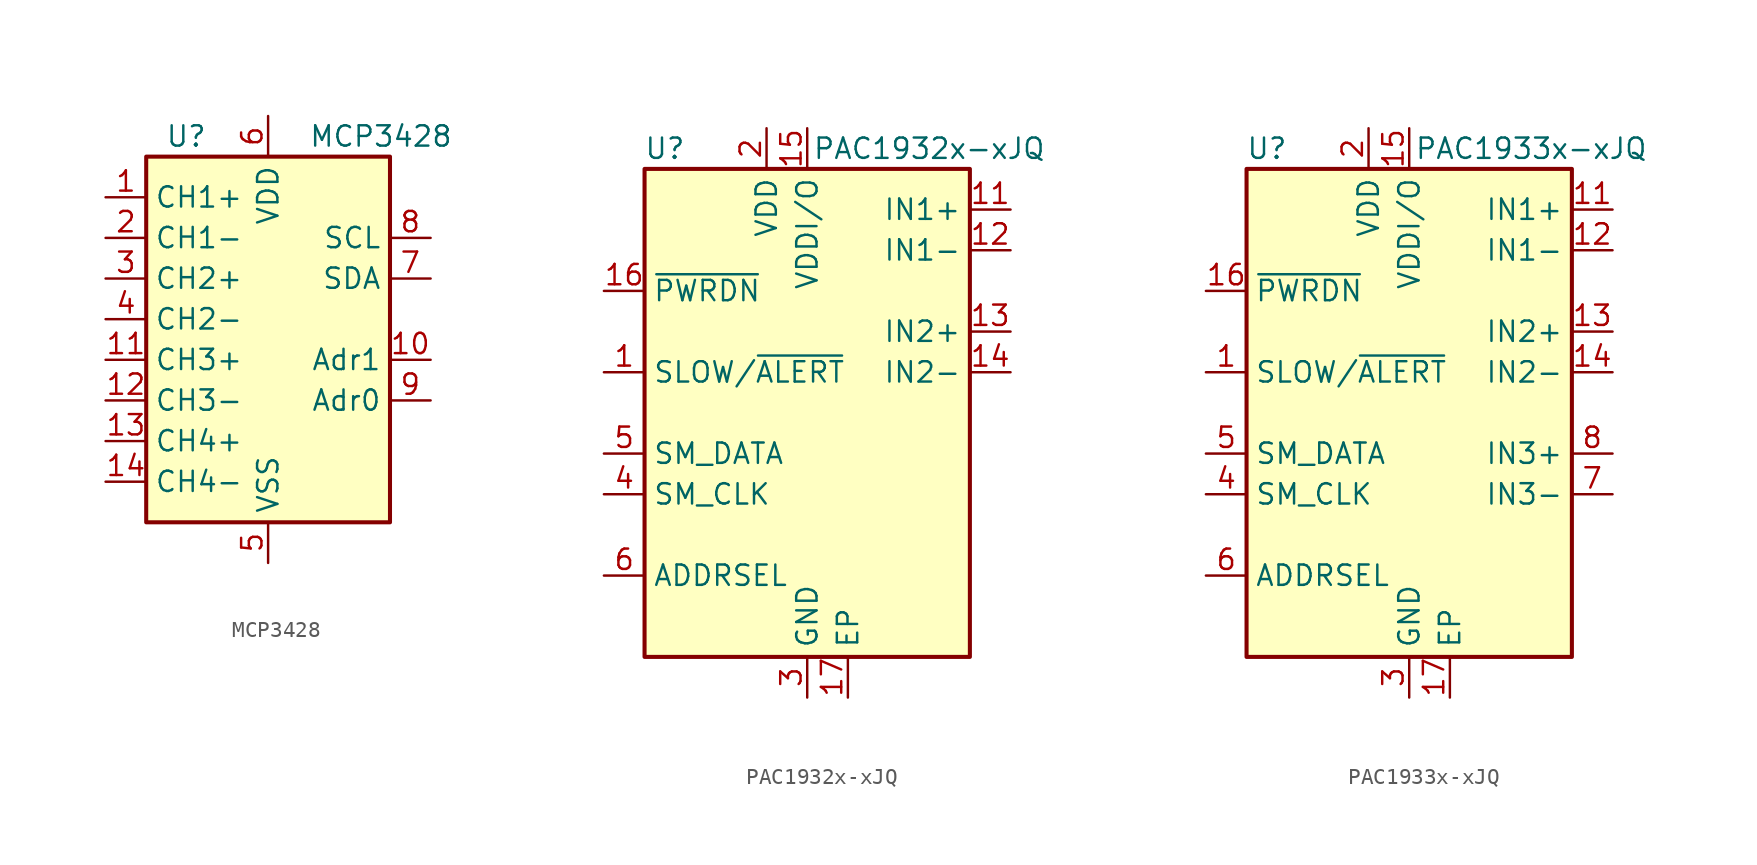
<source format=kicad_sym>
(kicad_symbol_lib
  (version 20211014)
  (generator kicad_symbol_editor)
  (symbol "MCP3428"
    (property "Reference" "U"
      (at -3.81 11.43 0)
      (effects (font (size 1.27 1.27)) (justify right)))
    (property "Value" "MCP3428"
      (at 2.54 11.43 0)
      (effects (font (size 1.27 1.27)) (justify left)))
    (symbol "MCP3428_0_1"
      (rectangle (start -7.62 10.16) (end 7.62 -12.7) (stroke (width 0.254) (type default) (color 0 0 0 0)) (fill (type background))))
    (symbol "MCP3428_1_1"
      (pin input line (at -10.16 7.62 0) (length 2.54) (name "CH1+" (effects (font (size 1.27 1.27)))) (number "1" (effects (font (size 1.27 1.27)))))
      (pin input line (at 10.16 -2.54 180) (length 2.54) (name "Adr1" (effects (font (size 1.27 1.27)))) (number "10" (effects (font (size 1.27 1.27)))))
      (pin input line (at -10.16 -2.54 0) (length 2.54) (name "CH3+" (effects (font (size 1.27 1.27)))) (number "11" (effects (font (size 1.27 1.27)))))
      (pin input line (at -10.16 -5.08 0) (length 2.54) (name "CH3-" (effects (font (size 1.27 1.27)))) (number "12" (effects (font (size 1.27 1.27)))))
      (pin input line (at -10.16 -7.62 0) (length 2.54) (name "CH4+" (effects (font (size 1.27 1.27)))) (number "13" (effects (font (size 1.27 1.27)))))
      (pin input line (at -10.16 -10.16 0) (length 2.54) (name "CH4-" (effects (font (size 1.27 1.27)))) (number "14" (effects (font (size 1.27 1.27)))))
      (pin input line (at -10.16 5.08 0) (length 2.54) (name "CH1-" (effects (font (size 1.27 1.27)))) (number "2" (effects (font (size 1.27 1.27)))))
      (pin input line (at -10.16 2.54 0) (length 2.54) (name "CH2+" (effects (font (size 1.27 1.27)))) (number "3" (effects (font (size 1.27 1.27)))))
      (pin input line (at -10.16 0 0) (length 2.54) (name "CH2-" (effects (font (size 1.27 1.27)))) (number "4" (effects (font (size 1.27 1.27)))))
      (pin power_in line (at 0 -15.24 90) (length 2.54) (name "VSS" (effects (font (size 1.27 1.27)))) (number "5" (effects (font (size 1.27 1.27)))))
      (pin power_in line (at 0 12.7 270) (length 2.54) (name "VDD" (effects (font (size 1.27 1.27)))) (number "6" (effects (font (size 1.27 1.27)))))
      (pin bidirectional line (at 10.16 2.54 180) (length 2.54) (name "SDA" (effects (font (size 1.27 1.27)))) (number "7" (effects (font (size 1.27 1.27)))))
      (pin input line (at 10.16 5.08 180) (length 2.54) (name "SCL" (effects (font (size 1.27 1.27)))) (number "8" (effects (font (size 1.27 1.27)))))
      (pin input line (at 10.16 -5.08 180) (length 2.54) (name "Adr0" (effects (font (size 1.27 1.27)))) (number "9" (effects (font (size 1.27 1.27)))))))
  (symbol "PAC1932x-xJQ"
    (property "Reference" "U"
      (at -8.89 16.51 0)
      (effects (font (size 1.27 1.27))))
    (property "Value" "PAC1932x-xJQ"
      (at 7.62 16.51 0)
      (effects (font (size 1.27 1.27))))
    (symbol "PAC1932x-xJQ_0_1"
      (rectangle (start -10.16 15.24) (end 10.16 -15.24) (stroke (width 0.254) (type default) (color 0 0 0 0)) (fill (type background))))
    (symbol "PAC1932x-xJQ_1_1"
      (pin open_collector line (at -12.7 2.54 0) (length 2.54) (name "SLOW/~{ALERT}" (effects (font (size 1.27 1.27)))) (number "1" (effects (font (size 1.27 1.27)))))
      (pin passive line (at 0 -17.78 90) (length 2.54) hide (name "GND" (effects (font (size 1.27 1.27)))) (number "10" (effects (font (size 1.27 1.27)))))
      (pin input line (at 12.7 12.7 180) (length 2.54) (name "IN1+" (effects (font (size 1.27 1.27)))) (number "11" (effects (font (size 1.27 1.27)))))
      (pin input line (at 12.7 10.16 180) (length 2.54) (name "IN1-" (effects (font (size 1.27 1.27)))) (number "12" (effects (font (size 1.27 1.27)))))
      (pin input line (at 12.7 5.08 180) (length 2.54) (name "IN2+" (effects (font (size 1.27 1.27)))) (number "13" (effects (font (size 1.27 1.27)))))
      (pin input line (at 12.7 2.54 180) (length 2.54) (name "IN2-" (effects (font (size 1.27 1.27)))) (number "14" (effects (font (size 1.27 1.27)))))
      (pin power_in line (at 0 17.78 270) (length 2.54) (name "VDDI/O" (effects (font (size 1.27 1.27)))) (number "15" (effects (font (size 1.27 1.27)))))
      (pin input line (at -12.7 7.62 0) (length 2.54) (name "~{PWRDN}" (effects (font (size 1.27 1.27)))) (number "16" (effects (font (size 1.27 1.27)))))
      (pin power_in line (at 2.54 -17.78 90) (length 2.54) (name "EP" (effects (font (size 1.27 1.27)))) (number "17" (effects (font (size 1.27 1.27)))))
      (pin power_in line (at -2.54 17.78 270) (length 2.54) (name "VDD" (effects (font (size 1.27 1.27)))) (number "2" (effects (font (size 1.27 1.27)))))
      (pin power_in line (at 0 -17.78 90) (length 2.54) (name "GND" (effects (font (size 1.27 1.27)))) (number "3" (effects (font (size 1.27 1.27)))))
      (pin input line (at -12.7 -5.08 0) (length 2.54) (name "SM_CLK" (effects (font (size 1.27 1.27)))) (number "4" (effects (font (size 1.27 1.27)))))
      (pin bidirectional line (at -12.7 -2.54 0) (length 2.54) (name "SM_DATA" (effects (font (size 1.27 1.27)))) (number "5" (effects (font (size 1.27 1.27)))))
      (pin passive line (at -12.7 -10.16 0) (length 2.54) (name "ADDRSEL" (effects (font (size 1.27 1.27)))) (number "6" (effects (font (size 1.27 1.27)))))
      (pin passive line (at 0 -17.78 90) (length 2.54) hide (name "GND" (effects (font (size 1.27 1.27)))) (number "7" (effects (font (size 1.27 1.27)))))
      (pin passive line (at 0 -17.78 90) (length 2.54) hide (name "GND" (effects (font (size 1.27 1.27)))) (number "8" (effects (font (size 1.27 1.27)))))
      (pin passive line (at 0 -17.78 90) (length 2.54) hide (name "GND" (effects (font (size 1.27 1.27)))) (number "9" (effects (font (size 1.27 1.27)))))))
  (symbol "PAC1933x-xJQ"
    (property "Reference" "U"
      (at -8.89 16.51 0)
      (effects (font (size 1.27 1.27))))
    (property "Value" "PAC1933x-xJQ"
      (at 7.62 16.51 0)
      (effects (font (size 1.27 1.27))))
    (symbol "PAC1933x-xJQ_0_1"
      (rectangle (start -10.16 15.24) (end 10.16 -15.24) (stroke (width 0.254) (type default) (color 0 0 0 0)) (fill (type background))))
    (symbol "PAC1933x-xJQ_1_1"
      (pin open_collector line (at -12.7 2.54 0) (length 2.54) (name "SLOW/~{ALERT}" (effects (font (size 1.27 1.27)))) (number "1" (effects (font (size 1.27 1.27)))))
      (pin passive line (at 0 -17.78 90) (length 2.54) hide (name "GND" (effects (font (size 1.27 1.27)))) (number "10" (effects (font (size 1.27 1.27)))))
      (pin input line (at 12.7 12.7 180) (length 2.54) (name "IN1+" (effects (font (size 1.27 1.27)))) (number "11" (effects (font (size 1.27 1.27)))))
      (pin input line (at 12.7 10.16 180) (length 2.54) (name "IN1-" (effects (font (size 1.27 1.27)))) (number "12" (effects (font (size 1.27 1.27)))))
      (pin input line (at 12.7 5.08 180) (length 2.54) (name "IN2+" (effects (font (size 1.27 1.27)))) (number "13" (effects (font (size 1.27 1.27)))))
      (pin input line (at 12.7 2.54 180) (length 2.54) (name "IN2-" (effects (font (size 1.27 1.27)))) (number "14" (effects (font (size 1.27 1.27)))))
      (pin power_in line (at 0 17.78 270) (length 2.54) (name "VDDI/O" (effects (font (size 1.27 1.27)))) (number "15" (effects (font (size 1.27 1.27)))))
      (pin input line (at -12.7 7.62 0) (length 2.54) (name "~{PWRDN}" (effects (font (size 1.27 1.27)))) (number "16" (effects (font (size 1.27 1.27)))))
      (pin power_in line (at 2.54 -17.78 90) (length 2.54) (name "EP" (effects (font (size 1.27 1.27)))) (number "17" (effects (font (size 1.27 1.27)))))
      (pin power_in line (at -2.54 17.78 270) (length 2.54) (name "VDD" (effects (font (size 1.27 1.27)))) (number "2" (effects (font (size 1.27 1.27)))))
      (pin power_in line (at 0 -17.78 90) (length 2.54) (name "GND" (effects (font (size 1.27 1.27)))) (number "3" (effects (font (size 1.27 1.27)))))
      (pin input line (at -12.7 -5.08 0) (length 2.54) (name "SM_CLK" (effects (font (size 1.27 1.27)))) (number "4" (effects (font (size 1.27 1.27)))))
      (pin bidirectional line (at -12.7 -2.54 0) (length 2.54) (name "SM_DATA" (effects (font (size 1.27 1.27)))) (number "5" (effects (font (size 1.27 1.27)))))
      (pin passive line (at -12.7 -10.16 0) (length 2.54) (name "ADDRSEL" (effects (font (size 1.27 1.27)))) (number "6" (effects (font (size 1.27 1.27)))))
      (pin input line (at 12.7 -5.08 180) (length 2.54) (name "IN3-" (effects (font (size 1.27 1.27)))) (number "7" (effects (font (size 1.27 1.27)))))
      (pin input line (at 12.7 -2.54 180) (length 2.54) (name "IN3+" (effects (font (size 1.27 1.27)))) (number "8" (effects (font (size 1.27 1.27)))))
      (pin passive line (at 0 -17.78 90) (length 2.54) hide (name "GND" (effects (font (size 1.27 1.27)))) (number "9" (effects (font (size 1.27 1.27))))))))
</source>
